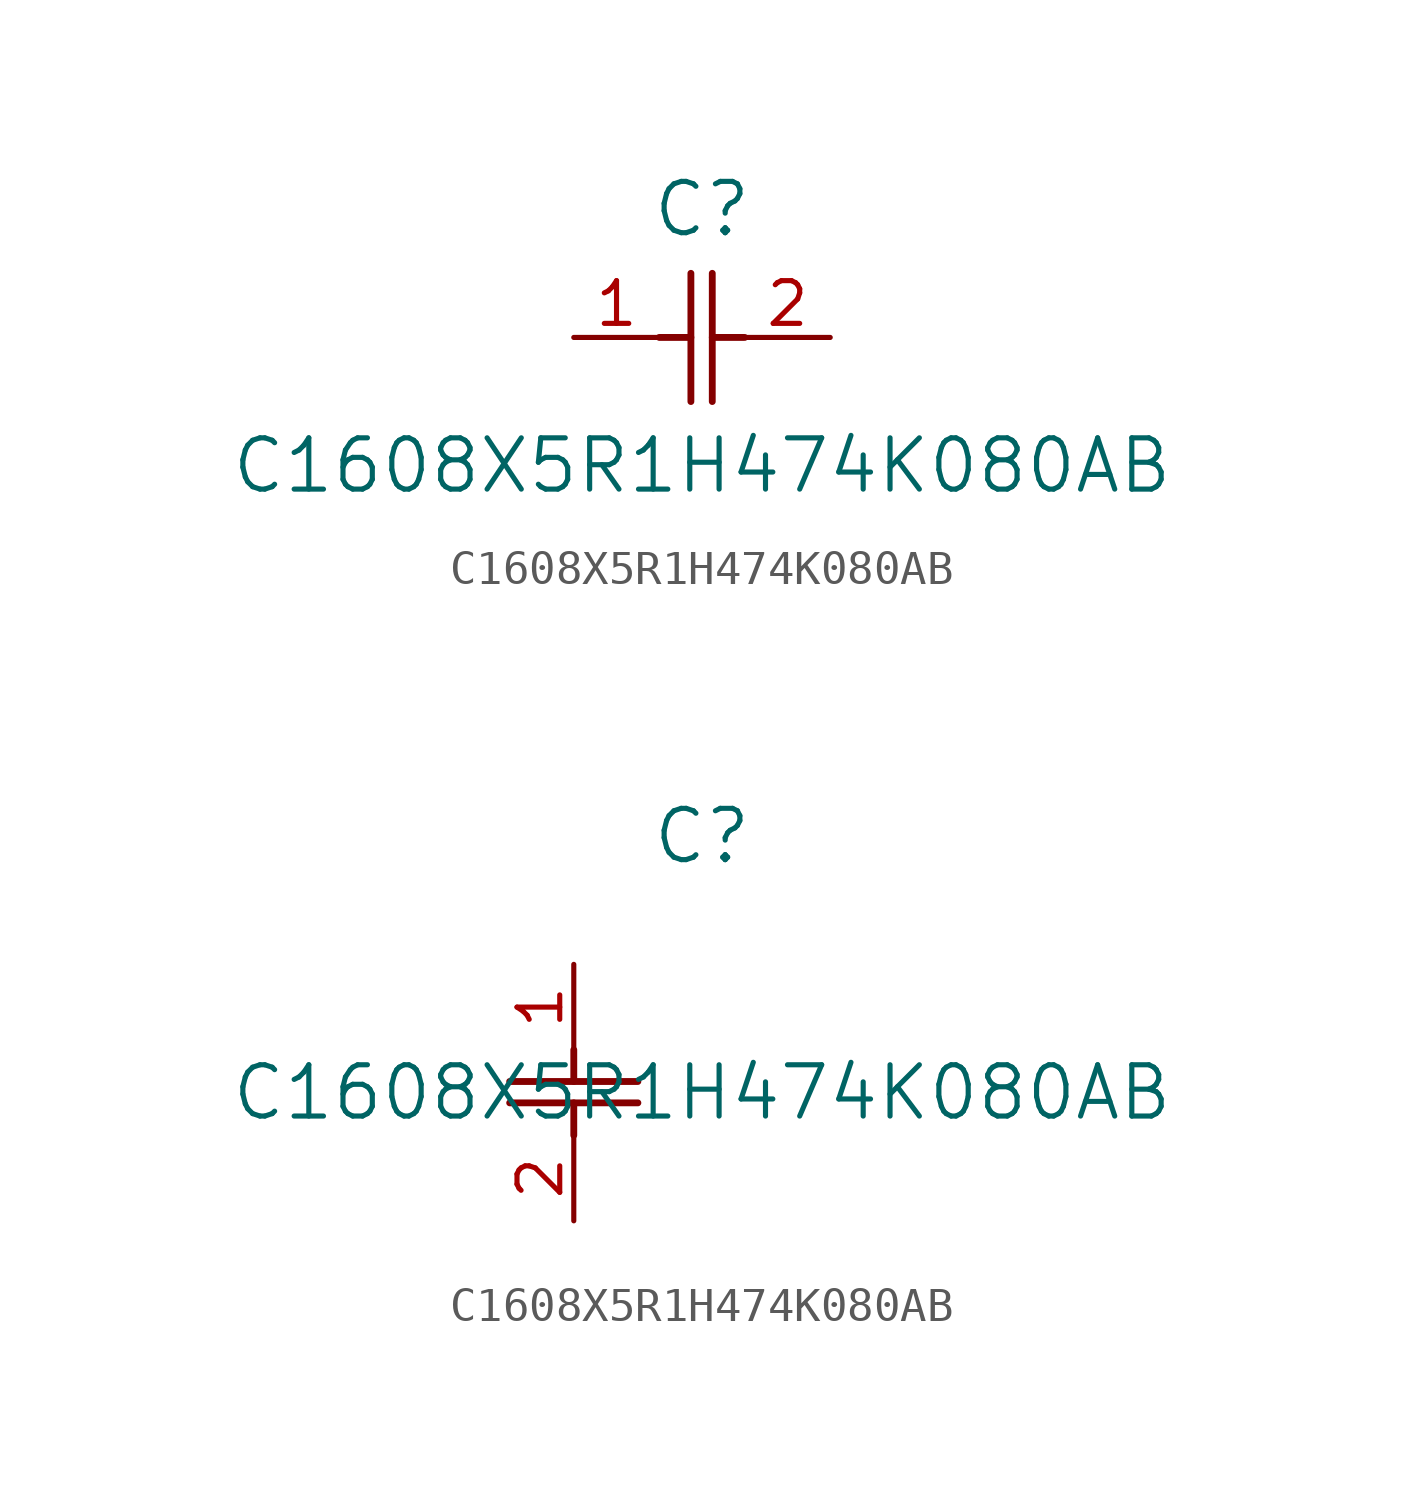
<source format=kicad_sym>
(kicad_symbol_lib
  (version 20211014)
  (generator kicad_symbol_editor)
  (symbol "C1608X5R1H474K080AB"
    (pin_names
      (offset 0.254))
    (property "Reference" "C"
      (at 3.81 3.81 0)
      (effects (font (size 1.524 1.524))))
    (property "Value" "C1608X5R1H474K080AB"
      (at 3.81 -3.81 0)
      (effects (font (size 1.524 1.524))))
    (symbol "C1608X5R1H474K080AB_1_1"
      (polyline (pts (xy 3.48 -1.905) (xy 3.48 1.905)) (stroke (width 0.203) (type default) (color 0 0 0 0)) (fill (type none)))
      (polyline (pts (xy 4.115 -1.905) (xy 4.115 1.905)) (stroke (width 0.203) (type default) (color 0 0 0 0)) (fill (type none)))
      (polyline (pts (xy 4.115 0) (xy 5.08 0)) (stroke (width 0.203) (type default) (color 0 0 0 0)) (fill (type none)))
      (polyline (pts (xy 2.54 0) (xy 3.48 0)) (stroke (width 0.203) (type default) (color 0 0 0 0)) (fill (type none)))
      (pin unspecified line (at 0 0 0) (length 2.54) (name "" (effects (font (size 1.27 1.27)))) (number "1" (effects (font (size 1.27 1.27)))))
      (pin unspecified line (at 7.62 0 180) (length 2.54) (name "" (effects (font (size 1.27 1.27)))) (number "2" (effects (font (size 1.27 1.27))))))
    (symbol "C1608X5R1H474K080AB_1_2"
      (polyline (pts (xy -1.905 -3.48) (xy 1.905 -3.48)) (stroke (width 0.203) (type default) (color 0 0 0 0)) (fill (type none)))
      (polyline (pts (xy -1.905 -4.115) (xy 1.905 -4.115)) (stroke (width 0.203) (type default) (color 0 0 0 0)) (fill (type none)))
      (polyline (pts (xy 0 -4.115) (xy 0 -5.08)) (stroke (width 0.203) (type default) (color 0 0 0 0)) (fill (type none)))
      (polyline (pts (xy 0 -2.54) (xy 0 -3.48)) (stroke (width 0.203) (type default) (color 0 0 0 0)) (fill (type none)))
      (pin unspecified line (at 0 0 270) (length 2.54) (name "" (effects (font (size 1.27 1.27)))) (number "1" (effects (font (size 1.27 1.27)))))
      (pin unspecified line (at 0 -7.62 90) (length 2.54) (name "" (effects (font (size 1.27 1.27)))) (number "2" (effects (font (size 1.27 1.27))))))))
</source>
